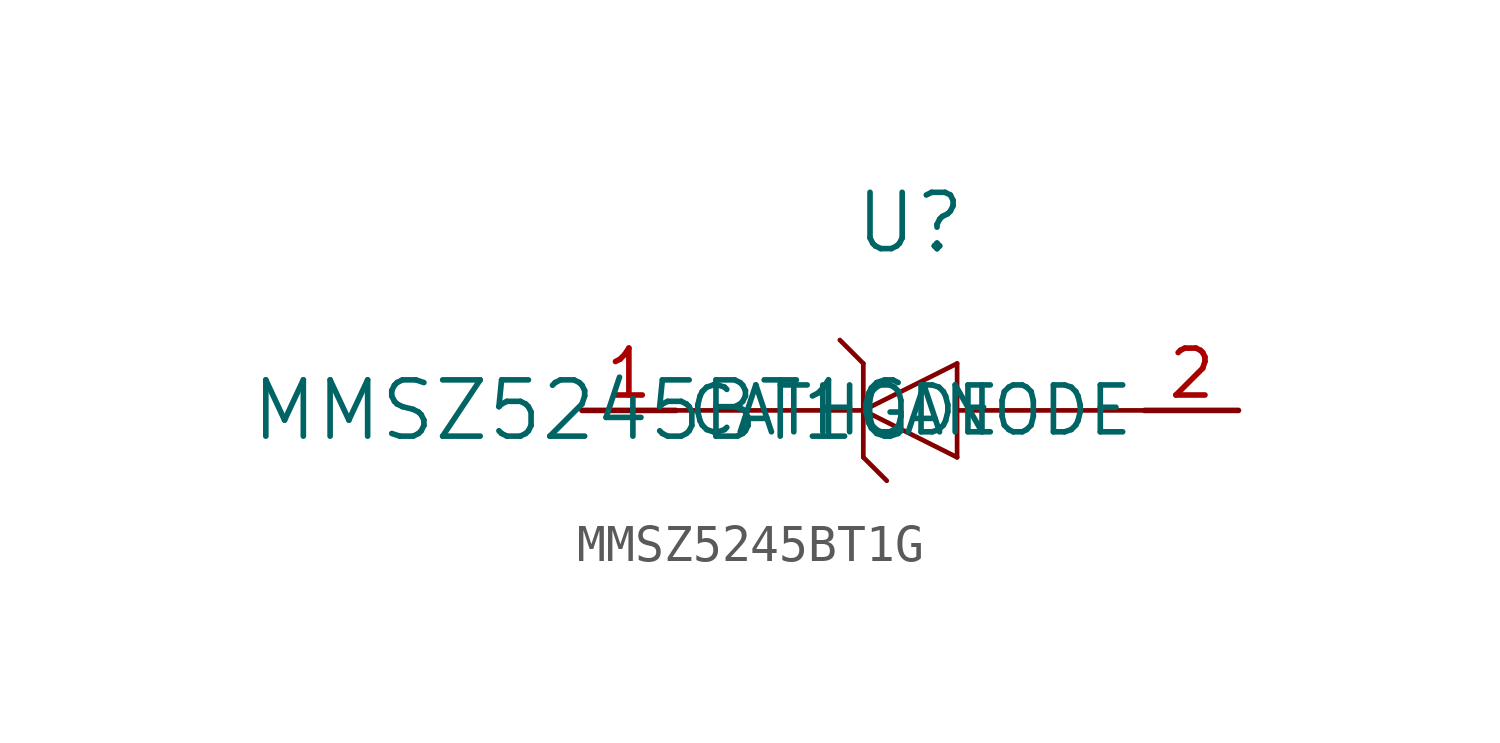
<source format=kicad_sym>
(kicad_symbol_lib
  (version 20211014)
  (generator kicad_symbol_editor)
  (symbol "MMSZ5245BT1G"
    (pin_names
      (offset 0.254))
    (property "Reference" "U"
      (at 8.89 5.08 0)
      (effects (font (size 1.524 1.524))))
    (property "Value" "MMSZ5245BT1G"
      (at 0 0 0)
      (effects (font (size 1.524 1.524))))
    (symbol "MMSZ5245BT1G_0_1"
      (polyline (pts (xy 2.54 0) (xy 7.62 0)) (stroke (width 0.127) (type default) (color 0 0 0 0)) (fill (type none)))
      (polyline (pts (xy 15.24 0) (xy 10.16 0)) (stroke (width 0.127) (type default) (color 0 0 0 0)) (fill (type none)))
      (polyline (pts (xy 7.62 -1.27) (xy 7.62 1.27)) (stroke (width 0.127) (type default) (color 0 0 0 0)) (fill (type none)))
      (polyline (pts (xy 10.16 -1.27) (xy 10.16 1.27)) (stroke (width 0.127) (type default) (color 0 0 0 0)) (fill (type none)))
      (polyline (pts (xy 10.16 -1.27) (xy 7.62 0)) (stroke (width 0.127) (type default) (color 0 0 0 0)) (fill (type none)))
      (polyline (pts (xy 10.16 1.27) (xy 7.62 0)) (stroke (width 0.127) (type default) (color 0 0 0 0)) (fill (type none)))
      (polyline (pts (xy 7.62 1.27) (xy 6.985 1.905)) (stroke (width 0.127) (type default) (color 0 0 0 0)) (fill (type none)))
      (polyline (pts (xy 7.62 -1.27) (xy 8.255 -1.905)) (stroke (width 0.127) (type default) (color 0 0 0 0)) (fill (type none)))
      (pin unspecified line (at 0 0 0) (length 2.54) (name "CATHODE" (effects (font (size 1.27 1.27)))) (number "1" (effects (font (size 1.27 1.27)))))
      (pin unspecified line (at 17.78 0 180) (length 2.54) (name "ANODE" (effects (font (size 1.27 1.27)))) (number "2" (effects (font (size 1.27 1.27))))))))
</source>
